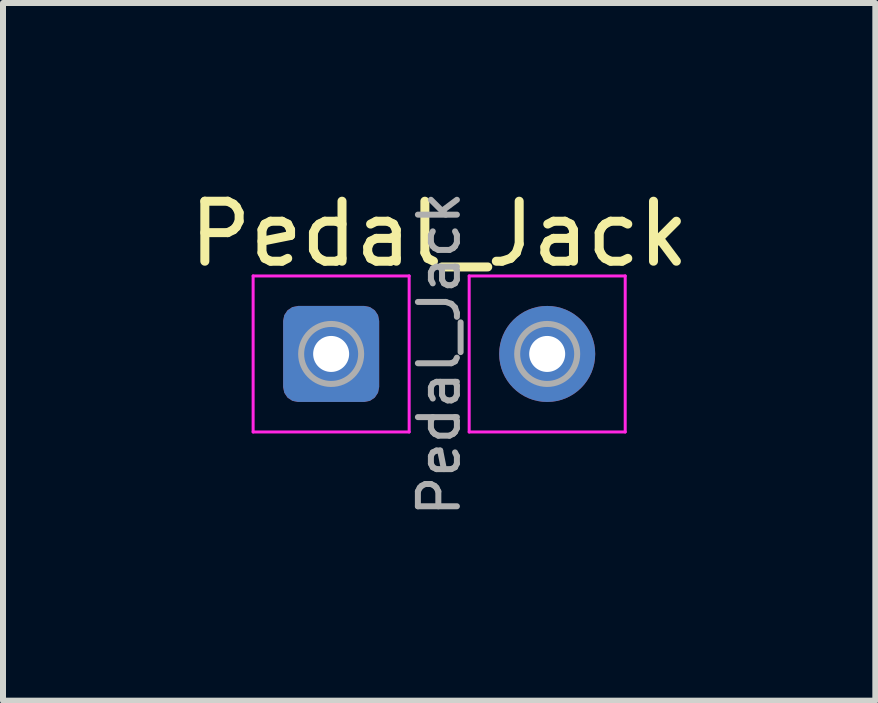
<source format=kicad_pcb>
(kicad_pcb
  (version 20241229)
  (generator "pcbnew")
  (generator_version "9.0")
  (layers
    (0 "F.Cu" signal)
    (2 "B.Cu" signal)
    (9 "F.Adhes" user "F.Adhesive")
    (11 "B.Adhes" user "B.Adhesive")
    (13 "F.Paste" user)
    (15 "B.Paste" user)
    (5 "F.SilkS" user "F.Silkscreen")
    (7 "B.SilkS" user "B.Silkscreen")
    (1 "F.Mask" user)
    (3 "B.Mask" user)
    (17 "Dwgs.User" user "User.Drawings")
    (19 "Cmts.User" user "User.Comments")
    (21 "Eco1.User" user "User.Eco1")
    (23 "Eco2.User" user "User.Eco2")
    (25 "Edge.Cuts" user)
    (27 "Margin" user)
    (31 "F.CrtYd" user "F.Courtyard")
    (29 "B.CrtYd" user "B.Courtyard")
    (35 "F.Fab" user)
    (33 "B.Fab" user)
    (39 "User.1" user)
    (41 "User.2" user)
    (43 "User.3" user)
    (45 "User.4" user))
  (footprint "Pedal_Jack"
    (layer "F.Cu")
    (at 2.468 2.848)
    (property "Reference" "Pedal_Jack" (at 1.8 -2 0) (layer "F.SilkS") (effects (font (size 1 1) (thickness 0.15))))
    (attr exclude_from_pos_files exclude_from_bom)
    (fp_line (start -1.3 -1.3) (end -1.3 1.3) (stroke (width 0.05) (type solid)) (layer "F.CrtYd"))
    (fp_line (start -1.3 1.3) (end 1.3 1.3) (stroke (width 0.05) (type solid)) (layer "F.CrtYd"))
    (fp_line (start 1.3 -1.3) (end -1.3 -1.3) (stroke (width 0.05) (type solid)) (layer "F.CrtYd"))
    (fp_line (start 1.3 1.3) (end 1.3 -1.3) (stroke (width 0.05) (type solid)) (layer "F.CrtYd"))
    (fp_line (start 2.3 -1.3) (end 2.3 1.3) (stroke (width 0.05) (type solid)) (layer "F.CrtYd"))
    (fp_line (start 2.3 1.3) (end 4.9 1.3) (stroke (width 0.05) (type solid)) (layer "F.CrtYd"))
    (fp_line (start 4.9 -1.3) (end 2.3 -1.3) (stroke (width 0.05) (type solid)) (layer "F.CrtYd"))
    (fp_line (start 4.9 1.3) (end 4.9 -1.3) (stroke (width 0.05) (type solid)) (layer "F.CrtYd"))
    (fp_circle (center 0 0) (end 0.5 0) (stroke (width 0.1) (type solid)) (fill no) (layer "F.Fab"))
    (fp_circle (center 3.6 0) (end 4.1 0) (stroke (width 0.1) (type solid)) (fill no) (layer "F.Fab"))
    (fp_text user "${REFERENCE}" (at 1.8 0 90) (layer "F.Fab") (effects (font (size 0.65 0.65) (thickness 0.1))))
    (pad "S" thru_hole roundrect (at 0 0) (size 1.6 1.6) (drill 0.6) (layers "*.Cu" "*.Mask") (roundrect_rratio 0.156))
    (pad "T" thru_hole circle (at 3.6 0) (size 1.6 1.6) (drill 0.6) (layers "*.Cu" "*.Mask")))
  (gr_rect
    (start -3 -3)
    (end 11.536 8.626)
    (stroke (width 0.1) (type default))
    (fill no)
    (layer "Edge.Cuts")))
</source>
